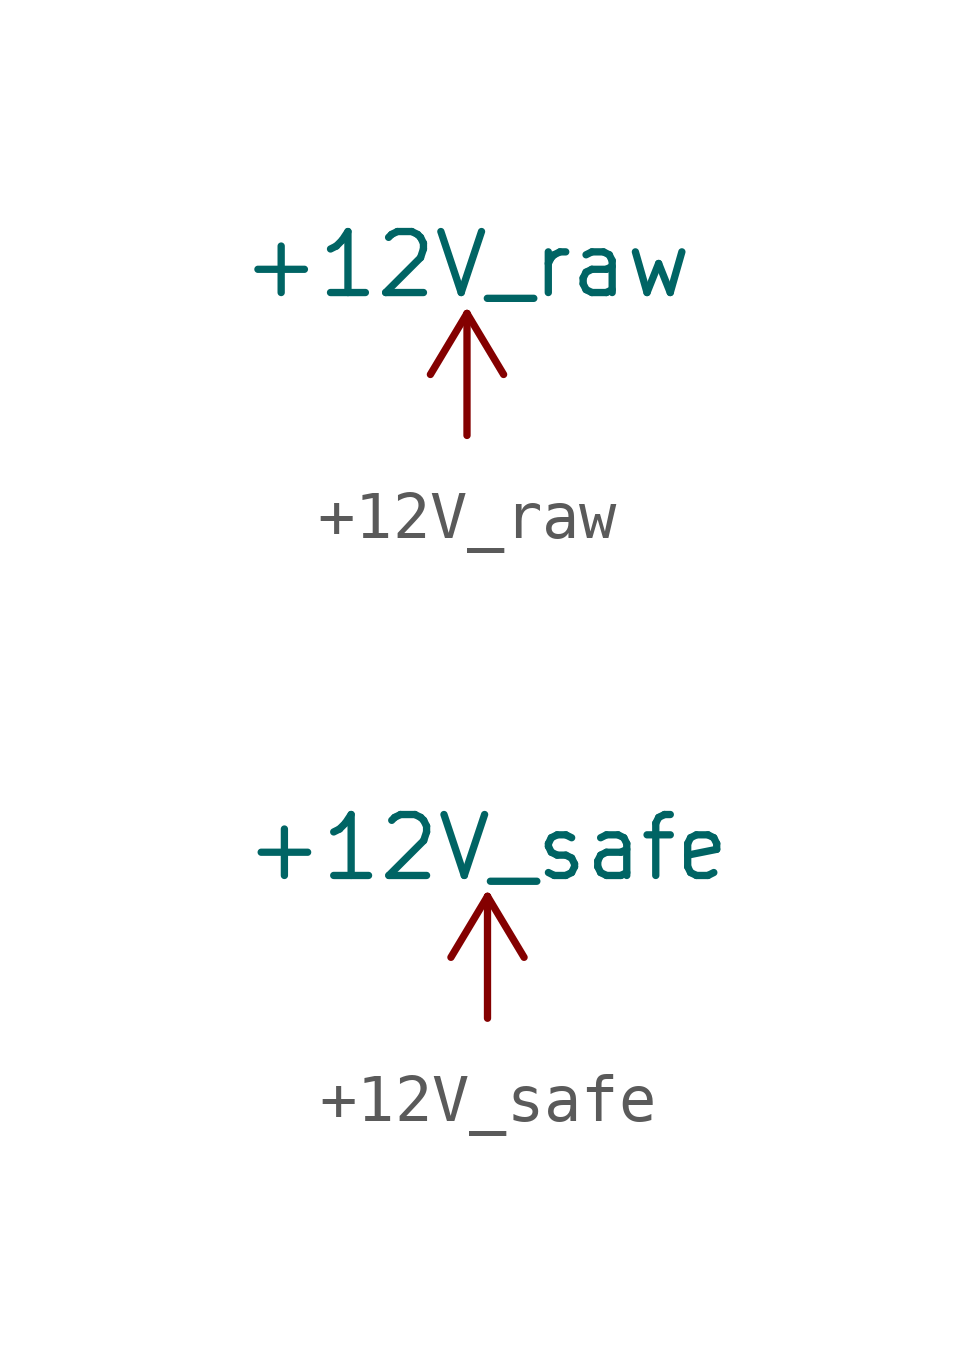
<source format=kicad_sym>
(kicad_symbol_lib
  (version 20211014)
  (generator kicad_symbol_editor)
  (symbol "+12V_raw"
    (power)
    (pin_names
      (offset 0))
    (property "Reference" "#PWR"
      (at 0 -3.81 0)
      (effects (font (size 1.27 1.27)) hide))
    (property "Value" "+12V_raw"
      (at 0 3.556 0)
      (effects (font (size 1.27 1.27))))
    (symbol "+12V_raw_0_1"
      (polyline (pts (xy -0.762 1.27) (xy 0 2.54)) (stroke (width 0) (type default) (color 0 0 0 0)) (fill (type none)))
      (polyline (pts (xy 0 0) (xy 0 2.54)) (stroke (width 0) (type default) (color 0 0 0 0)) (fill (type none)))
      (polyline (pts (xy 0 2.54) (xy 0.762 1.27)) (stroke (width 0) (type default) (color 0 0 0 0)) (fill (type none))))
    (symbol "+12V_raw_1_1"
      (pin power_in line (at 0 0 90) (length 0) hide (name "+12V_raw" (effects (font (size 1.27 1.27)))) (number "1" (effects (font (size 1.27 1.27)))))))
  (symbol "+12V_safe"
    (power)
    (pin_names
      (offset 0))
    (property "Reference" "#PWR"
      (at 0 -3.81 0)
      (effects (font (size 1.27 1.27)) hide))
    (property "Value" "+12V_safe"
      (at 0 3.556 0)
      (effects (font (size 1.27 1.27))))
    (symbol "+12V_safe_0_1"
      (polyline (pts (xy -0.762 1.27) (xy 0 2.54)) (stroke (width 0) (type default) (color 0 0 0 0)) (fill (type none)))
      (polyline (pts (xy 0 0) (xy 0 2.54)) (stroke (width 0) (type default) (color 0 0 0 0)) (fill (type none)))
      (polyline (pts (xy 0 2.54) (xy 0.762 1.27)) (stroke (width 0) (type default) (color 0 0 0 0)) (fill (type none))))
    (symbol "+12V_safe_1_1"
      (pin power_in line (at 0 0 90) (length 0) hide (name "+12V_safe" (effects (font (size 1.27 1.27)))) (number "1" (effects (font (size 1.27 1.27))))))))
</source>
